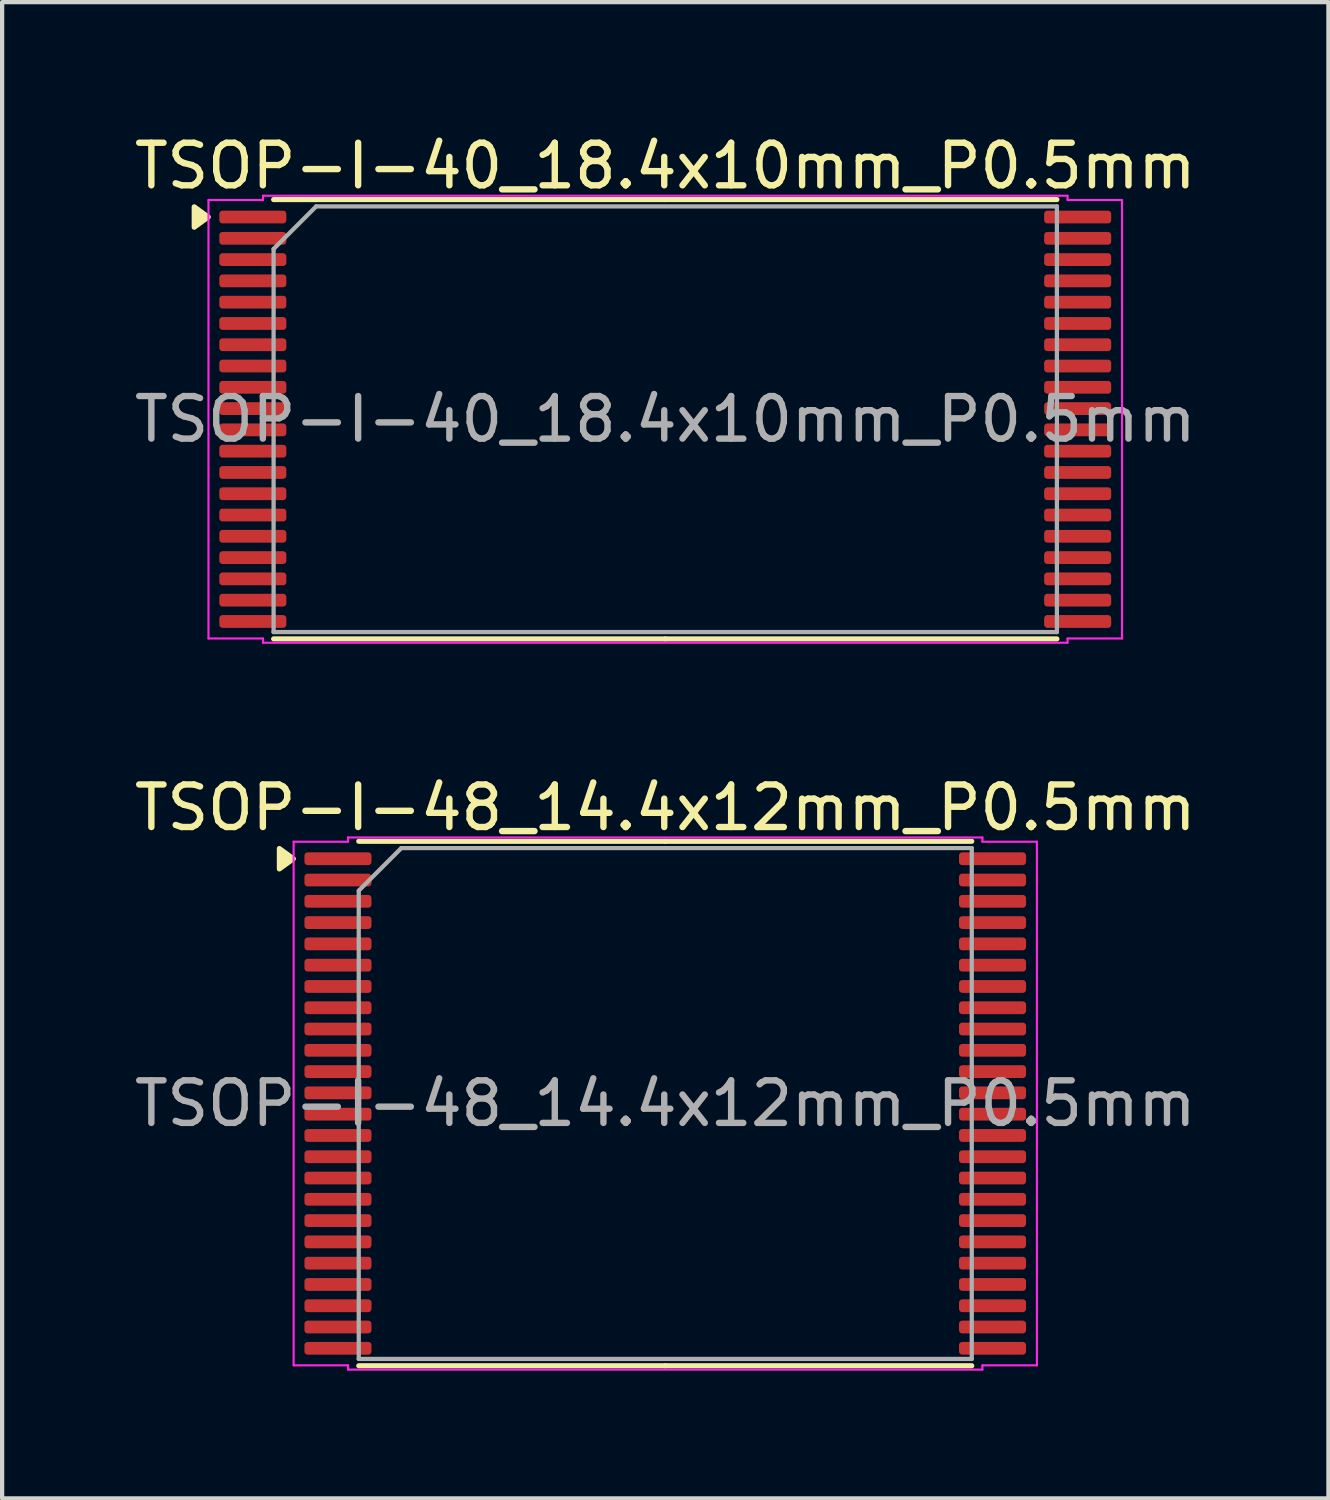
<source format=kicad_pcb>
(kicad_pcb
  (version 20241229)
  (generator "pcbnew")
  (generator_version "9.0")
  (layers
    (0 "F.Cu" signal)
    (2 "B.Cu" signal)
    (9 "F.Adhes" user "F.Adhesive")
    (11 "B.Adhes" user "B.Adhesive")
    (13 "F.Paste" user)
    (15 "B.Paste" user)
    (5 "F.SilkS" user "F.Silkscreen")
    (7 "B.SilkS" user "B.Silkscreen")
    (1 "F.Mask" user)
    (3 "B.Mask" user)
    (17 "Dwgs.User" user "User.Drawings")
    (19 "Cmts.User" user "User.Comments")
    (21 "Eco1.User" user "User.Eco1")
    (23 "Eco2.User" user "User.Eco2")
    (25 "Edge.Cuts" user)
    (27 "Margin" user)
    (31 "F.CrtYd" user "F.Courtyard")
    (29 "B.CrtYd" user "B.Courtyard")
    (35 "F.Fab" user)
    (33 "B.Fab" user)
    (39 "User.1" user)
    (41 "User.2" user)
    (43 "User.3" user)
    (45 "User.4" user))
  (footprint "TSOP-I-48_14.4x12mm_P0.5mm"
    (layer "F.Cu")
    (at 12.577 22.872)
    (property "Reference" "TSOP-I-48_14.4x12mm_P0.5mm" (at 0 -6.95 0) (layer "F.SilkS") (effects (font (size 1 1) (thickness 0.15))))
    (attr smd)
    (fp_line (start 0 -6.16) (end -7.2 -6.16) (stroke (width 0.12) (type solid)) (layer "F.SilkS"))
    (fp_line (start 0 -6.16) (end 7.2 -6.16) (stroke (width 0.12) (type solid)) (layer "F.SilkS"))
    (fp_line (start 0 6.16) (end -7.2 6.16) (stroke (width 0.12) (type solid)) (layer "F.SilkS"))
    (fp_line (start 0 6.16) (end 7.2 6.16) (stroke (width 0.12) (type solid)) (layer "F.SilkS"))
    (fp_poly (pts (xy -8.735 -5.75) (xy -9.065 -5.51) (xy -9.065 -5.99)) (stroke (width 0.12) (type solid)) (fill yes) (layer "F.SilkS"))
    (fp_line (start -8.73 -6.15) (end -7.45 -6.15) (stroke (width 0.05) (type solid)) (layer "F.CrtYd"))
    (fp_line (start -8.73 6.15) (end -8.73 -6.15) (stroke (width 0.05) (type solid)) (layer "F.CrtYd"))
    (fp_line (start -7.45 -6.25) (end 7.45 -6.25) (stroke (width 0.05) (type solid)) (layer "F.CrtYd"))
    (fp_line (start -7.45 -6.15) (end -7.45 -6.25) (stroke (width 0.05) (type solid)) (layer "F.CrtYd"))
    (fp_line (start -7.45 6.15) (end -8.73 6.15) (stroke (width 0.05) (type solid)) (layer "F.CrtYd"))
    (fp_line (start -7.45 6.25) (end -7.45 6.15) (stroke (width 0.05) (type solid)) (layer "F.CrtYd"))
    (fp_line (start 7.45 -6.25) (end 7.45 -6.15) (stroke (width 0.05) (type solid)) (layer "F.CrtYd"))
    (fp_line (start 7.45 -6.15) (end 8.73 -6.15) (stroke (width 0.05) (type solid)) (layer "F.CrtYd"))
    (fp_line (start 7.45 6.15) (end 7.45 6.25) (stroke (width 0.05) (type solid)) (layer "F.CrtYd"))
    (fp_line (start 7.45 6.25) (end -7.45 6.25) (stroke (width 0.05) (type solid)) (layer "F.CrtYd"))
    (fp_line (start 8.73 -6.15) (end 8.73 6.15) (stroke (width 0.05) (type solid)) (layer "F.CrtYd"))
    (fp_line (start 8.73 6.15) (end 7.45 6.15) (stroke (width 0.05) (type solid)) (layer "F.CrtYd"))
    (fp_line (start -7.2 -5) (end -6.2 -6) (stroke (width 0.1) (type solid)) (layer "F.Fab"))
    (fp_line (start -7.2 6) (end -7.2 -5) (stroke (width 0.1) (type solid)) (layer "F.Fab"))
    (fp_line (start -6.2 -6) (end 7.2 -6) (stroke (width 0.1) (type solid)) (layer "F.Fab"))
    (fp_line (start 7.2 -6) (end 7.2 6) (stroke (width 0.1) (type solid)) (layer "F.Fab"))
    (fp_line (start 7.2 6) (end -7.2 6) (stroke (width 0.1) (type solid)) (layer "F.Fab"))
    (fp_text user "${REFERENCE}" (at 0 0 0) (layer "F.Fab") (effects (font (size 1 1) (thickness 0.15))))
    (pad "1" smd roundrect (at -7.688 -5.75) (size 1.575 0.3) (layers "F.Cu" "F.Mask" "F.Paste") (roundrect_rratio 0.25))
    (pad "2" smd roundrect (at -7.688 -5.25) (size 1.575 0.3) (layers "F.Cu" "F.Mask" "F.Paste") (roundrect_rratio 0.25))
    (pad "3" smd roundrect (at -7.688 -4.75) (size 1.575 0.3) (layers "F.Cu" "F.Mask" "F.Paste") (roundrect_rratio 0.25))
    (pad "4" smd roundrect (at -7.688 -4.25) (size 1.575 0.3) (layers "F.Cu" "F.Mask" "F.Paste") (roundrect_rratio 0.25))
    (pad "5" smd roundrect (at -7.688 -3.75) (size 1.575 0.3) (layers "F.Cu" "F.Mask" "F.Paste") (roundrect_rratio 0.25))
    (pad "6" smd roundrect (at -7.688 -3.25) (size 1.575 0.3) (layers "F.Cu" "F.Mask" "F.Paste") (roundrect_rratio 0.25))
    (pad "7" smd roundrect (at -7.688 -2.75) (size 1.575 0.3) (layers "F.Cu" "F.Mask" "F.Paste") (roundrect_rratio 0.25))
    (pad "8" smd roundrect (at -7.688 -2.25) (size 1.575 0.3) (layers "F.Cu" "F.Mask" "F.Paste") (roundrect_rratio 0.25))
    (pad "9" smd roundrect (at -7.688 -1.75) (size 1.575 0.3) (layers "F.Cu" "F.Mask" "F.Paste") (roundrect_rratio 0.25))
    (pad "10" smd roundrect (at -7.688 -1.25) (size 1.575 0.3) (layers "F.Cu" "F.Mask" "F.Paste") (roundrect_rratio 0.25))
    (pad "11" smd roundrect (at -7.688 -0.75) (size 1.575 0.3) (layers "F.Cu" "F.Mask" "F.Paste") (roundrect_rratio 0.25))
    (pad "12" smd roundrect (at -7.688 -0.25) (size 1.575 0.3) (layers "F.Cu" "F.Mask" "F.Paste") (roundrect_rratio 0.25))
    (pad "13" smd roundrect (at -7.688 0.25) (size 1.575 0.3) (layers "F.Cu" "F.Mask" "F.Paste") (roundrect_rratio 0.25))
    (pad "14" smd roundrect (at -7.688 0.75) (size 1.575 0.3) (layers "F.Cu" "F.Mask" "F.Paste") (roundrect_rratio 0.25))
    (pad "15" smd roundrect (at -7.688 1.25) (size 1.575 0.3) (layers "F.Cu" "F.Mask" "F.Paste") (roundrect_rratio 0.25))
    (pad "16" smd roundrect (at -7.688 1.75) (size 1.575 0.3) (layers "F.Cu" "F.Mask" "F.Paste") (roundrect_rratio 0.25))
    (pad "17" smd roundrect (at -7.688 2.25) (size 1.575 0.3) (layers "F.Cu" "F.Mask" "F.Paste") (roundrect_rratio 0.25))
    (pad "18" smd roundrect (at -7.688 2.75) (size 1.575 0.3) (layers "F.Cu" "F.Mask" "F.Paste") (roundrect_rratio 0.25))
    (pad "19" smd roundrect (at -7.688 3.25) (size 1.575 0.3) (layers "F.Cu" "F.Mask" "F.Paste") (roundrect_rratio 0.25))
    (pad "20" smd roundrect (at -7.688 3.75) (size 1.575 0.3) (layers "F.Cu" "F.Mask" "F.Paste") (roundrect_rratio 0.25))
    (pad "21" smd roundrect (at -7.688 4.25) (size 1.575 0.3) (layers "F.Cu" "F.Mask" "F.Paste") (roundrect_rratio 0.25))
    (pad "22" smd roundrect (at -7.688 4.75) (size 1.575 0.3) (layers "F.Cu" "F.Mask" "F.Paste") (roundrect_rratio 0.25))
    (pad "23" smd roundrect (at -7.688 5.25) (size 1.575 0.3) (layers "F.Cu" "F.Mask" "F.Paste") (roundrect_rratio 0.25))
    (pad "24" smd roundrect (at -7.688 5.75) (size 1.575 0.3) (layers "F.Cu" "F.Mask" "F.Paste") (roundrect_rratio 0.25))
    (pad "25" smd roundrect (at 7.688 5.75) (size 1.575 0.3) (layers "F.Cu" "F.Mask" "F.Paste") (roundrect_rratio 0.25))
    (pad "26" smd roundrect (at 7.688 5.25) (size 1.575 0.3) (layers "F.Cu" "F.Mask" "F.Paste") (roundrect_rratio 0.25))
    (pad "27" smd roundrect (at 7.688 4.75) (size 1.575 0.3) (layers "F.Cu" "F.Mask" "F.Paste") (roundrect_rratio 0.25))
    (pad "28" smd roundrect (at 7.688 4.25) (size 1.575 0.3) (layers "F.Cu" "F.Mask" "F.Paste") (roundrect_rratio 0.25))
    (pad "29" smd roundrect (at 7.688 3.75) (size 1.575 0.3) (layers "F.Cu" "F.Mask" "F.Paste") (roundrect_rratio 0.25))
    (pad "30" smd roundrect (at 7.688 3.25) (size 1.575 0.3) (layers "F.Cu" "F.Mask" "F.Paste") (roundrect_rratio 0.25))
    (pad "31" smd roundrect (at 7.688 2.75) (size 1.575 0.3) (layers "F.Cu" "F.Mask" "F.Paste") (roundrect_rratio 0.25))
    (pad "32" smd roundrect (at 7.688 2.25) (size 1.575 0.3) (layers "F.Cu" "F.Mask" "F.Paste") (roundrect_rratio 0.25))
    (pad "33" smd roundrect (at 7.688 1.75) (size 1.575 0.3) (layers "F.Cu" "F.Mask" "F.Paste") (roundrect_rratio 0.25))
    (pad "34" smd roundrect (at 7.688 1.25) (size 1.575 0.3) (layers "F.Cu" "F.Mask" "F.Paste") (roundrect_rratio 0.25))
    (pad "35" smd roundrect (at 7.688 0.75) (size 1.575 0.3) (layers "F.Cu" "F.Mask" "F.Paste") (roundrect_rratio 0.25))
    (pad "36" smd roundrect (at 7.688 0.25) (size 1.575 0.3) (layers "F.Cu" "F.Mask" "F.Paste") (roundrect_rratio 0.25))
    (pad "37" smd roundrect (at 7.688 -0.25) (size 1.575 0.3) (layers "F.Cu" "F.Mask" "F.Paste") (roundrect_rratio 0.25))
    (pad "38" smd roundrect (at 7.688 -0.75) (size 1.575 0.3) (layers "F.Cu" "F.Mask" "F.Paste") (roundrect_rratio 0.25))
    (pad "39" smd roundrect (at 7.688 -1.25) (size 1.575 0.3) (layers "F.Cu" "F.Mask" "F.Paste") (roundrect_rratio 0.25))
    (pad "40" smd roundrect (at 7.688 -1.75) (size 1.575 0.3) (layers "F.Cu" "F.Mask" "F.Paste") (roundrect_rratio 0.25))
    (pad "41" smd roundrect (at 7.688 -2.25) (size 1.575 0.3) (layers "F.Cu" "F.Mask" "F.Paste") (roundrect_rratio 0.25))
    (pad "42" smd roundrect (at 7.688 -2.75) (size 1.575 0.3) (layers "F.Cu" "F.Mask" "F.Paste") (roundrect_rratio 0.25))
    (pad "43" smd roundrect (at 7.688 -3.25) (size 1.575 0.3) (layers "F.Cu" "F.Mask" "F.Paste") (roundrect_rratio 0.25))
    (pad "44" smd roundrect (at 7.688 -3.75) (size 1.575 0.3) (layers "F.Cu" "F.Mask" "F.Paste") (roundrect_rratio 0.25))
    (pad "45" smd roundrect (at 7.688 -4.25) (size 1.575 0.3) (layers "F.Cu" "F.Mask" "F.Paste") (roundrect_rratio 0.25))
    (pad "46" smd roundrect (at 7.688 -4.75) (size 1.575 0.3) (layers "F.Cu" "F.Mask" "F.Paste") (roundrect_rratio 0.25))
    (pad "47" smd roundrect (at 7.688 -5.25) (size 1.575 0.3) (layers "F.Cu" "F.Mask" "F.Paste") (roundrect_rratio 0.25))
    (pad "48" smd roundrect (at 7.688 -5.75) (size 1.575 0.3) (layers "F.Cu" "F.Mask" "F.Paste") (roundrect_rratio 0.25)))
  (footprint "TSOP-I-40_18.4x10mm_P0.5mm"
    (layer "F.Cu")
    (at 12.577 6.798)
    (property "Reference" "TSOP-I-40_18.4x10mm_P0.5mm" (at 0 -5.95 0) (layer "F.SilkS") (effects (font (size 1 1) (thickness 0.15))))
    (attr smd)
    (fp_line (start 0 -5.16) (end -9.2 -5.16) (stroke (width 0.12) (type solid)) (layer "F.SilkS"))
    (fp_line (start 0 -5.16) (end 9.2 -5.16) (stroke (width 0.12) (type solid)) (layer "F.SilkS"))
    (fp_line (start 0 5.16) (end -9.2 5.16) (stroke (width 0.12) (type solid)) (layer "F.SilkS"))
    (fp_line (start 0 5.16) (end 9.2 5.16) (stroke (width 0.12) (type solid)) (layer "F.SilkS"))
    (fp_poly (pts (xy -10.735 -4.75) (xy -11.065 -4.51) (xy -11.065 -4.99)) (stroke (width 0.12) (type solid)) (fill yes) (layer "F.SilkS"))
    (fp_line (start -10.73 -5.15) (end -9.45 -5.15) (stroke (width 0.05) (type solid)) (layer "F.CrtYd"))
    (fp_line (start -10.73 5.15) (end -10.73 -5.15) (stroke (width 0.05) (type solid)) (layer "F.CrtYd"))
    (fp_line (start -9.45 -5.25) (end 9.45 -5.25) (stroke (width 0.05) (type solid)) (layer "F.CrtYd"))
    (fp_line (start -9.45 -5.15) (end -9.45 -5.25) (stroke (width 0.05) (type solid)) (layer "F.CrtYd"))
    (fp_line (start -9.45 5.15) (end -10.73 5.15) (stroke (width 0.05) (type solid)) (layer "F.CrtYd"))
    (fp_line (start -9.45 5.25) (end -9.45 5.15) (stroke (width 0.05) (type solid)) (layer "F.CrtYd"))
    (fp_line (start 9.45 -5.25) (end 9.45 -5.15) (stroke (width 0.05) (type solid)) (layer "F.CrtYd"))
    (fp_line (start 9.45 -5.15) (end 10.73 -5.15) (stroke (width 0.05) (type solid)) (layer "F.CrtYd"))
    (fp_line (start 9.45 5.15) (end 9.45 5.25) (stroke (width 0.05) (type solid)) (layer "F.CrtYd"))
    (fp_line (start 9.45 5.25) (end -9.45 5.25) (stroke (width 0.05) (type solid)) (layer "F.CrtYd"))
    (fp_line (start 10.73 -5.15) (end 10.73 5.15) (stroke (width 0.05) (type solid)) (layer "F.CrtYd"))
    (fp_line (start 10.73 5.15) (end 9.45 5.15) (stroke (width 0.05) (type solid)) (layer "F.CrtYd"))
    (fp_line (start -9.2 -4) (end -8.2 -5) (stroke (width 0.1) (type solid)) (layer "F.Fab"))
    (fp_line (start -9.2 5) (end -9.2 -4) (stroke (width 0.1) (type solid)) (layer "F.Fab"))
    (fp_line (start -8.2 -5) (end 9.2 -5) (stroke (width 0.1) (type solid)) (layer "F.Fab"))
    (fp_line (start 9.2 -5) (end 9.2 5) (stroke (width 0.1) (type solid)) (layer "F.Fab"))
    (fp_line (start 9.2 5) (end -9.2 5) (stroke (width 0.1) (type solid)) (layer "F.Fab"))
    (fp_text user "${REFERENCE}" (at 0 0 0) (layer "F.Fab") (effects (font (size 1 1) (thickness 0.15))))
    (pad "1" smd roundrect (at -9.688 -4.75) (size 1.575 0.3) (layers "F.Cu" "F.Mask" "F.Paste") (roundrect_rratio 0.25))
    (pad "2" smd roundrect (at -9.688 -4.25) (size 1.575 0.3) (layers "F.Cu" "F.Mask" "F.Paste") (roundrect_rratio 0.25))
    (pad "3" smd roundrect (at -9.688 -3.75) (size 1.575 0.3) (layers "F.Cu" "F.Mask" "F.Paste") (roundrect_rratio 0.25))
    (pad "4" smd roundrect (at -9.688 -3.25) (size 1.575 0.3) (layers "F.Cu" "F.Mask" "F.Paste") (roundrect_rratio 0.25))
    (pad "5" smd roundrect (at -9.688 -2.75) (size 1.575 0.3) (layers "F.Cu" "F.Mask" "F.Paste") (roundrect_rratio 0.25))
    (pad "6" smd roundrect (at -9.688 -2.25) (size 1.575 0.3) (layers "F.Cu" "F.Mask" "F.Paste") (roundrect_rratio 0.25))
    (pad "7" smd roundrect (at -9.688 -1.75) (size 1.575 0.3) (layers "F.Cu" "F.Mask" "F.Paste") (roundrect_rratio 0.25))
    (pad "8" smd roundrect (at -9.688 -1.25) (size 1.575 0.3) (layers "F.Cu" "F.Mask" "F.Paste") (roundrect_rratio 0.25))
    (pad "9" smd roundrect (at -9.688 -0.75) (size 1.575 0.3) (layers "F.Cu" "F.Mask" "F.Paste") (roundrect_rratio 0.25))
    (pad "10" smd roundrect (at -9.688 -0.25) (size 1.575 0.3) (layers "F.Cu" "F.Mask" "F.Paste") (roundrect_rratio 0.25))
    (pad "11" smd roundrect (at -9.688 0.25) (size 1.575 0.3) (layers "F.Cu" "F.Mask" "F.Paste") (roundrect_rratio 0.25))
    (pad "12" smd roundrect (at -9.688 0.75) (size 1.575 0.3) (layers "F.Cu" "F.Mask" "F.Paste") (roundrect_rratio 0.25))
    (pad "13" smd roundrect (at -9.688 1.25) (size 1.575 0.3) (layers "F.Cu" "F.Mask" "F.Paste") (roundrect_rratio 0.25))
    (pad "14" smd roundrect (at -9.688 1.75) (size 1.575 0.3) (layers "F.Cu" "F.Mask" "F.Paste") (roundrect_rratio 0.25))
    (pad "15" smd roundrect (at -9.688 2.25) (size 1.575 0.3) (layers "F.Cu" "F.Mask" "F.Paste") (roundrect_rratio 0.25))
    (pad "16" smd roundrect (at -9.688 2.75) (size 1.575 0.3) (layers "F.Cu" "F.Mask" "F.Paste") (roundrect_rratio 0.25))
    (pad "17" smd roundrect (at -9.688 3.25) (size 1.575 0.3) (layers "F.Cu" "F.Mask" "F.Paste") (roundrect_rratio 0.25))
    (pad "18" smd roundrect (at -9.688 3.75) (size 1.575 0.3) (layers "F.Cu" "F.Mask" "F.Paste") (roundrect_rratio 0.25))
    (pad "19" smd roundrect (at -9.688 4.25) (size 1.575 0.3) (layers "F.Cu" "F.Mask" "F.Paste") (roundrect_rratio 0.25))
    (pad "20" smd roundrect (at -9.688 4.75) (size 1.575 0.3) (layers "F.Cu" "F.Mask" "F.Paste") (roundrect_rratio 0.25))
    (pad "21" smd roundrect (at 9.688 4.75) (size 1.575 0.3) (layers "F.Cu" "F.Mask" "F.Paste") (roundrect_rratio 0.25))
    (pad "22" smd roundrect (at 9.688 4.25) (size 1.575 0.3) (layers "F.Cu" "F.Mask" "F.Paste") (roundrect_rratio 0.25))
    (pad "23" smd roundrect (at 9.688 3.75) (size 1.575 0.3) (layers "F.Cu" "F.Mask" "F.Paste") (roundrect_rratio 0.25))
    (pad "24" smd roundrect (at 9.688 3.25) (size 1.575 0.3) (layers "F.Cu" "F.Mask" "F.Paste") (roundrect_rratio 0.25))
    (pad "25" smd roundrect (at 9.688 2.75) (size 1.575 0.3) (layers "F.Cu" "F.Mask" "F.Paste") (roundrect_rratio 0.25))
    (pad "26" smd roundrect (at 9.688 2.25) (size 1.575 0.3) (layers "F.Cu" "F.Mask" "F.Paste") (roundrect_rratio 0.25))
    (pad "27" smd roundrect (at 9.688 1.75) (size 1.575 0.3) (layers "F.Cu" "F.Mask" "F.Paste") (roundrect_rratio 0.25))
    (pad "28" smd roundrect (at 9.688 1.25) (size 1.575 0.3) (layers "F.Cu" "F.Mask" "F.Paste") (roundrect_rratio 0.25))
    (pad "29" smd roundrect (at 9.688 0.75) (size 1.575 0.3) (layers "F.Cu" "F.Mask" "F.Paste") (roundrect_rratio 0.25))
    (pad "30" smd roundrect (at 9.688 0.25) (size 1.575 0.3) (layers "F.Cu" "F.Mask" "F.Paste") (roundrect_rratio 0.25))
    (pad "31" smd roundrect (at 9.688 -0.25) (size 1.575 0.3) (layers "F.Cu" "F.Mask" "F.Paste") (roundrect_rratio 0.25))
    (pad "32" smd roundrect (at 9.688 -0.75) (size 1.575 0.3) (layers "F.Cu" "F.Mask" "F.Paste") (roundrect_rratio 0.25))
    (pad "33" smd roundrect (at 9.688 -1.25) (size 1.575 0.3) (layers "F.Cu" "F.Mask" "F.Paste") (roundrect_rratio 0.25))
    (pad "34" smd roundrect (at 9.688 -1.75) (size 1.575 0.3) (layers "F.Cu" "F.Mask" "F.Paste") (roundrect_rratio 0.25))
    (pad "35" smd roundrect (at 9.688 -2.25) (size 1.575 0.3) (layers "F.Cu" "F.Mask" "F.Paste") (roundrect_rratio 0.25))
    (pad "36" smd roundrect (at 9.688 -2.75) (size 1.575 0.3) (layers "F.Cu" "F.Mask" "F.Paste") (roundrect_rratio 0.25))
    (pad "37" smd roundrect (at 9.688 -3.25) (size 1.575 0.3) (layers "F.Cu" "F.Mask" "F.Paste") (roundrect_rratio 0.25))
    (pad "38" smd roundrect (at 9.688 -3.75) (size 1.575 0.3) (layers "F.Cu" "F.Mask" "F.Paste") (roundrect_rratio 0.25))
    (pad "39" smd roundrect (at 9.688 -4.25) (size 1.575 0.3) (layers "F.Cu" "F.Mask" "F.Paste") (roundrect_rratio 0.25))
    (pad "40" smd roundrect (at 9.688 -4.75) (size 1.575 0.3) (layers "F.Cu" "F.Mask" "F.Paste") (roundrect_rratio 0.25)))
  (gr_rect
    (start -3 -3)
    (end 28.155 32.147)
    (stroke (width 0.1) (type default))
    (fill no)
    (layer "Edge.Cuts")))
</source>
